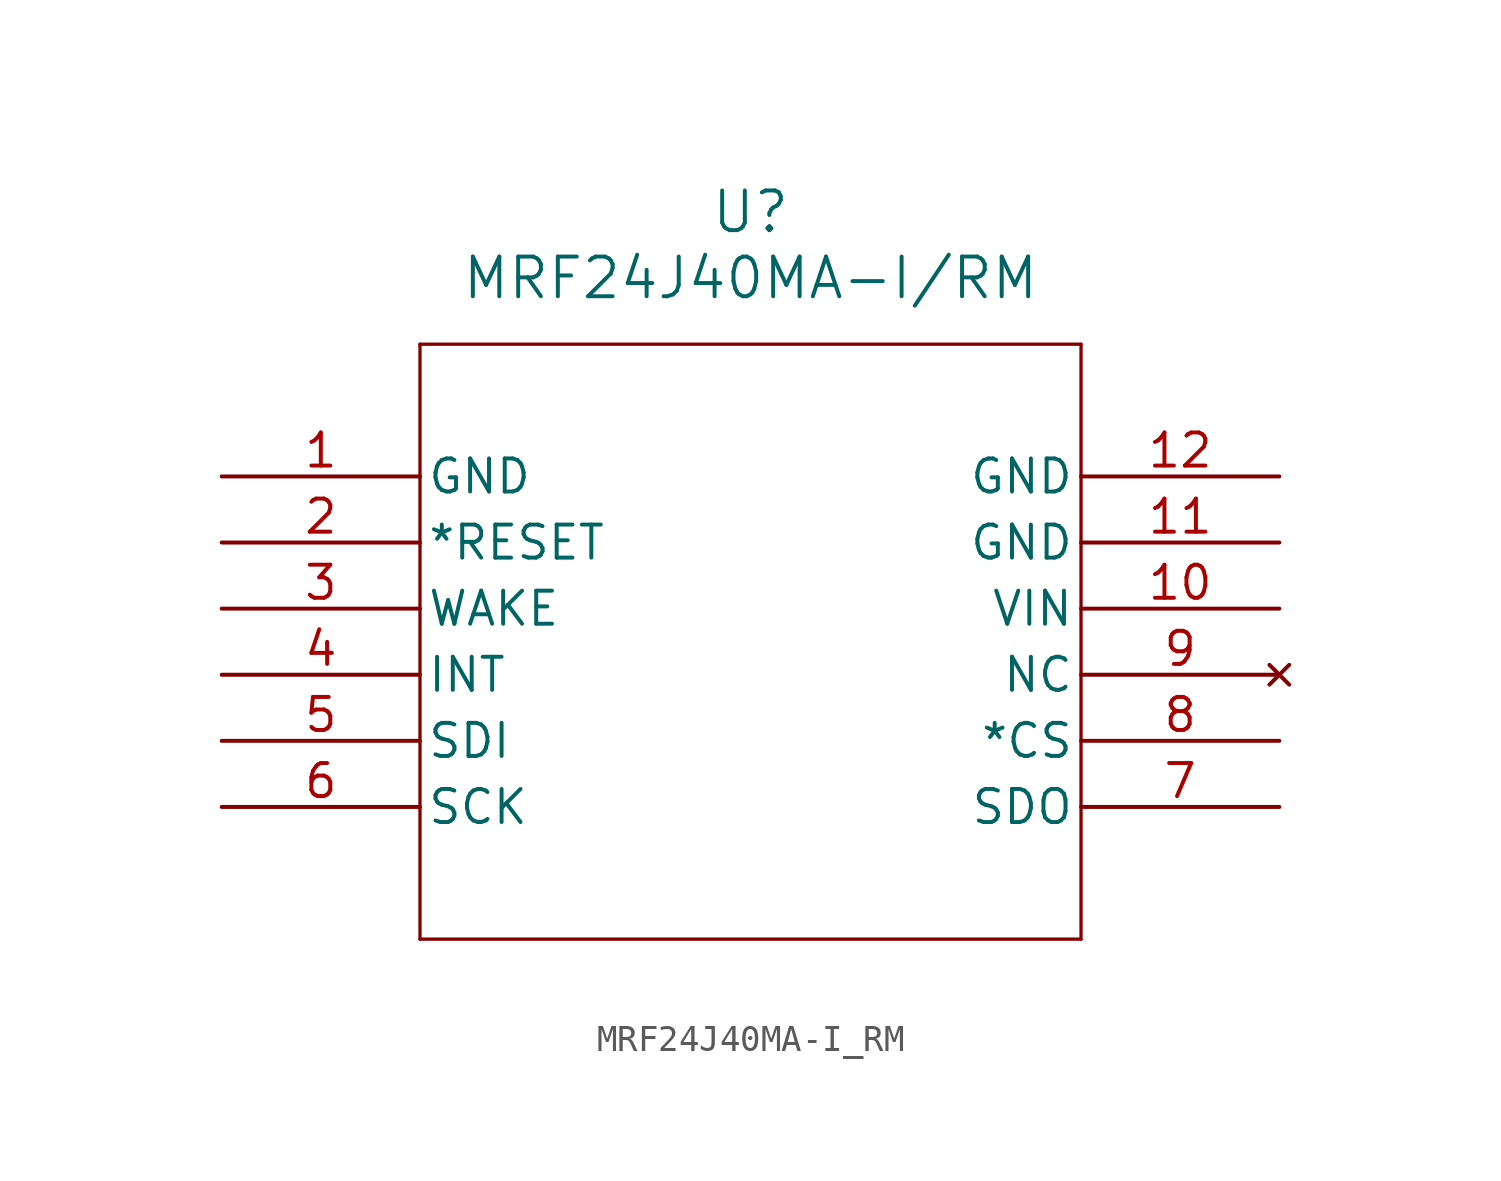
<source format=kicad_sym>
(kicad_symbol_lib
  (version 20211014)
  (generator kicad_symbol_editor)
  (symbol "MRF24J40MA-I_RM"
    (pin_names
      (offset 0.254))
    (property "Reference" "U"
      (at 20.32 10.16 0)
      (effects (font (size 1.524 1.524))))
    (property "Value" "MRF24J40MA-I/RM"
      (at 20.32 7.62 0)
      (effects (font (size 1.524 1.524))))
    (symbol "MRF24J40MA-I_RM_0_1"
      (polyline (pts (xy 7.62 5.08) (xy 7.62 -17.78)) (stroke (width 0.127) (type default) (color 0 0 0 0)) (fill (type none)))
      (polyline (pts (xy 7.62 -17.78) (xy 33.02 -17.78)) (stroke (width 0.127) (type default) (color 0 0 0 0)) (fill (type none)))
      (polyline (pts (xy 33.02 -17.78) (xy 33.02 5.08)) (stroke (width 0.127) (type default) (color 0 0 0 0)) (fill (type none)))
      (polyline (pts (xy 33.02 5.08) (xy 7.62 5.08)) (stroke (width 0.127) (type default) (color 0 0 0 0)) (fill (type none)))
      (pin power_out line (at 0 0 0) (length 7.62) (name "GND" (effects (font (size 1.27 1.27)))) (number "1" (effects (font (size 1.27 1.27)))))
      (pin input line (at 0 -2.54 0) (length 7.62) (name "*RESET" (effects (font (size 1.27 1.27)))) (number "2" (effects (font (size 1.27 1.27)))))
      (pin input line (at 0 -5.08 0) (length 7.62) (name "WAKE" (effects (font (size 1.27 1.27)))) (number "3" (effects (font (size 1.27 1.27)))))
      (pin output line (at 0 -7.62 0) (length 7.62) (name "INT" (effects (font (size 1.27 1.27)))) (number "4" (effects (font (size 1.27 1.27)))))
      (pin input line (at 0 -10.16 0) (length 7.62) (name "SDI" (effects (font (size 1.27 1.27)))) (number "5" (effects (font (size 1.27 1.27)))))
      (pin input line (at 0 -12.7 0) (length 7.62) (name "SCK" (effects (font (size 1.27 1.27)))) (number "6" (effects (font (size 1.27 1.27)))))
      (pin output line (at 40.64 -12.7 180) (length 7.62) (name "SDO" (effects (font (size 1.27 1.27)))) (number "7" (effects (font (size 1.27 1.27)))))
      (pin input line (at 40.64 -10.16 180) (length 7.62) (name "*CS" (effects (font (size 1.27 1.27)))) (number "8" (effects (font (size 1.27 1.27)))))
      (pin no_connect line (at 40.64 -7.62 180) (length 7.62) (name "NC" (effects (font (size 1.27 1.27)))) (number "9" (effects (font (size 1.27 1.27)))))
      (pin power_in line (at 40.64 -5.08 180) (length 7.62) (name "VIN" (effects (font (size 1.27 1.27)))) (number "10" (effects (font (size 1.27 1.27)))))
      (pin power_out line (at 40.64 -2.54 180) (length 7.62) (name "GND" (effects (font (size 1.27 1.27)))) (number "11" (effects (font (size 1.27 1.27)))))
      (pin power_out line (at 40.64 0 180) (length 7.62) (name "GND" (effects (font (size 1.27 1.27)))) (number "12" (effects (font (size 1.27 1.27))))))))
</source>
